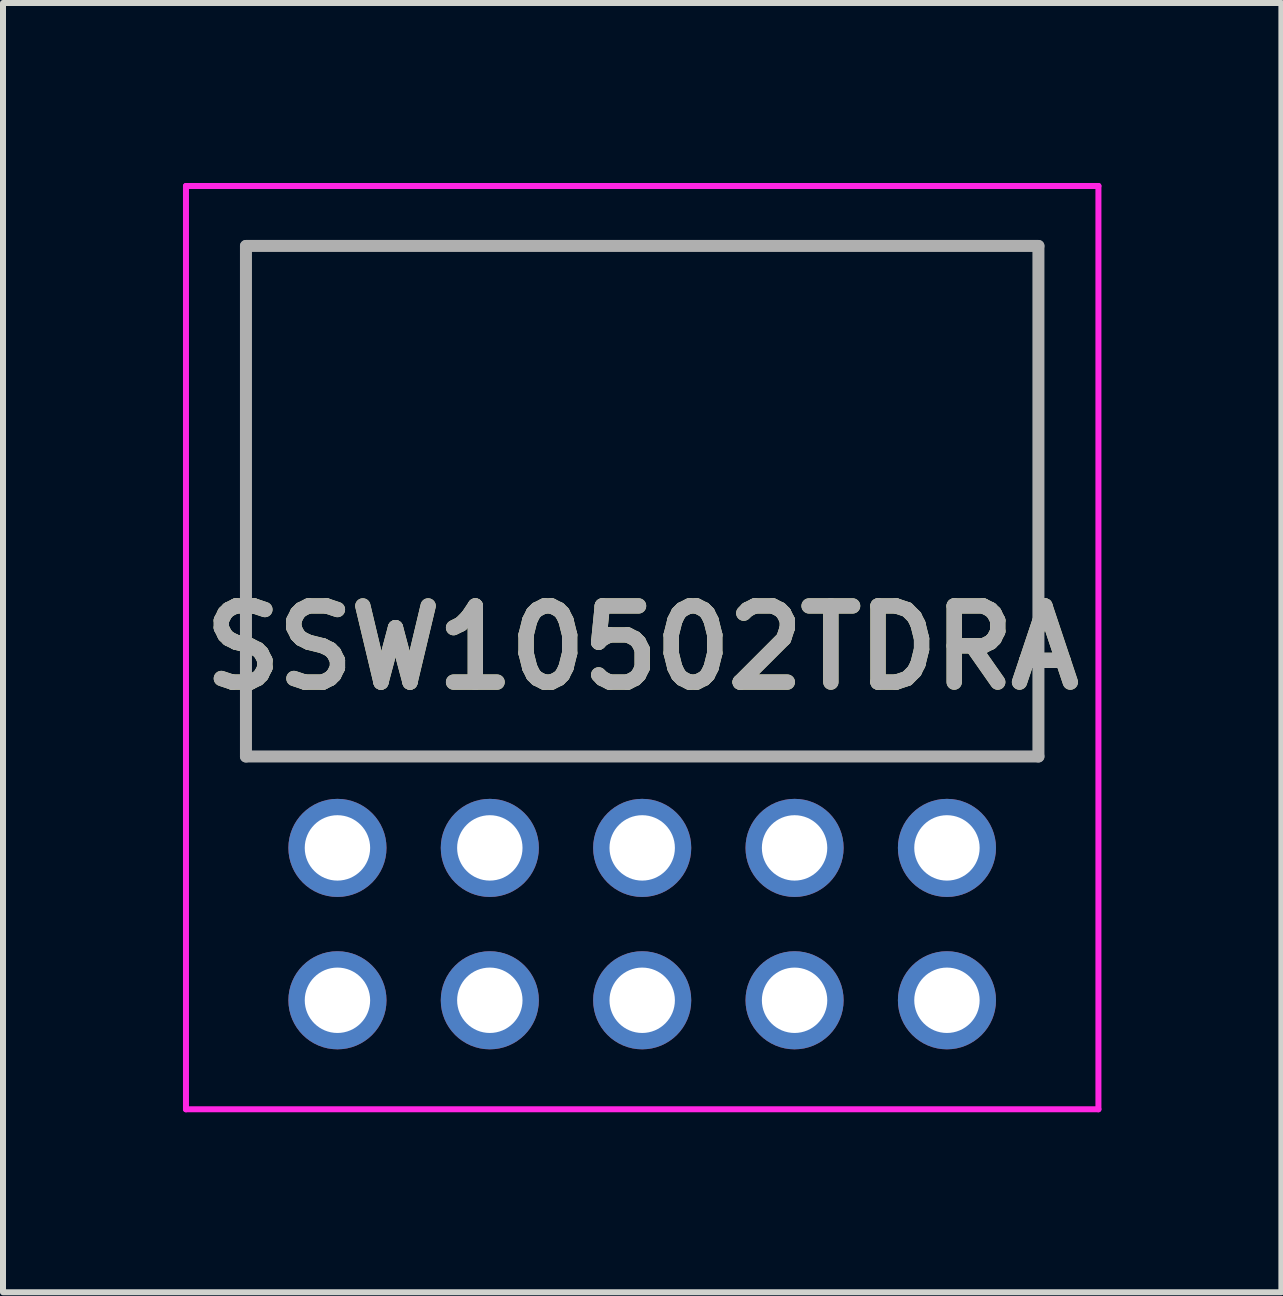
<source format=kicad_pcb>
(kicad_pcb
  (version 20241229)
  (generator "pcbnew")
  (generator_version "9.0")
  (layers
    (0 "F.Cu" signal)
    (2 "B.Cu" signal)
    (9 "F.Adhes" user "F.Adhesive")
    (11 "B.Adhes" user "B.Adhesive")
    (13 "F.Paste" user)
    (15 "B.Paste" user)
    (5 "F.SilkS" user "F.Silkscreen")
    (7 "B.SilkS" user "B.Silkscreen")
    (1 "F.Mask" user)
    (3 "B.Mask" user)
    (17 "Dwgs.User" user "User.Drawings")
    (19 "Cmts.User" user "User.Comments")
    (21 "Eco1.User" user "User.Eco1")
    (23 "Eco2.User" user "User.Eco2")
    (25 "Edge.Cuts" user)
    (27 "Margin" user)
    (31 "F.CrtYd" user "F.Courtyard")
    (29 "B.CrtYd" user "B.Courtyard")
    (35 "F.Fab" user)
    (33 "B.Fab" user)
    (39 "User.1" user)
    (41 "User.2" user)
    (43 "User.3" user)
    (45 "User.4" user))
  (footprint "SSW10502TDRA"
    (layer "F.Cu")
    (at 12.735 13.624)
    (property "Reference" "SSW10502TDRA" (at -5.08 -5.878 0) (layer "F.SilkS") (effects (font (size 1.27 1.27) (thickness 0.254))))
    (attr through_hole)
    (fp_line (start -11.685 -12.574) (end 1.525 -12.574) (stroke (width 0.1) (type solid)) (layer "F.SilkS"))
    (fp_line (start -11.685 -4.064) (end -11.685 -12.574) (stroke (width 0.1) (type solid)) (layer "F.SilkS"))
    (fp_line (start 1.525 -12.574) (end 1.525 -4.064) (stroke (width 0.1) (type solid)) (layer "F.SilkS"))
    (fp_line (start 1.525 -4.064) (end -11.685 -4.064) (stroke (width 0.1) (type solid)) (layer "F.SilkS"))
    (fp_line (start -12.685 -13.574) (end 2.525 -13.574) (stroke (width 0.1) (type solid)) (layer "F.CrtYd"))
    (fp_line (start -12.685 1.817) (end -12.685 -13.574) (stroke (width 0.1) (type solid)) (layer "F.CrtYd"))
    (fp_line (start 2.525 -13.574) (end 2.525 1.817) (stroke (width 0.1) (type solid)) (layer "F.CrtYd"))
    (fp_line (start 2.525 1.817) (end -12.685 1.817) (stroke (width 0.1) (type solid)) (layer "F.CrtYd"))
    (fp_line (start -11.685 -12.574) (end 1.525 -12.574) (stroke (width 0.2) (type solid)) (layer "F.Fab"))
    (fp_line (start -11.685 -4.064) (end -11.685 -12.574) (stroke (width 0.2) (type solid)) (layer "F.Fab"))
    (fp_line (start 1.525 -12.574) (end 1.525 -4.064) (stroke (width 0.2) (type solid)) (layer "F.Fab"))
    (fp_line (start 1.525 -4.064) (end -11.685 -4.064) (stroke (width 0.2) (type solid)) (layer "F.Fab"))
    (fp_text user "${REFERENCE}" (at -5.08 -5.878 0) (layer "F.Fab") (effects (font (size 1.27 1.27) (thickness 0.254))))
    (pad "1" thru_hole circle (at 0 0) (size 1.635 1.635) (drill 1.09) (layers "*.Cu" "*.Mask"))
    (pad "2" thru_hole circle (at 0 -2.54) (size 1.635 1.635) (drill 1.09) (layers "*.Cu" "*.Mask"))
    (pad "3" thru_hole circle (at -2.54 0) (size 1.635 1.635) (drill 1.09) (layers "*.Cu" "*.Mask"))
    (pad "4" thru_hole circle (at -2.54 -2.54) (size 1.635 1.635) (drill 1.09) (layers "*.Cu" "*.Mask"))
    (pad "5" thru_hole circle (at -5.08 0) (size 1.635 1.635) (drill 1.09) (layers "*.Cu" "*.Mask"))
    (pad "6" thru_hole circle (at -5.08 -2.54) (size 1.635 1.635) (drill 1.09) (layers "*.Cu" "*.Mask"))
    (pad "7" thru_hole circle (at -7.62 0) (size 1.635 1.635) (drill 1.09) (layers "*.Cu" "*.Mask"))
    (pad "8" thru_hole circle (at -7.62 -2.54) (size 1.635 1.635) (drill 1.09) (layers "*.Cu" "*.Mask"))
    (pad "9" thru_hole circle (at -10.16 0) (size 1.635 1.635) (drill 1.09) (layers "*.Cu" "*.Mask"))
    (pad "10" thru_hole circle (at -10.16 -2.54) (size 1.635 1.635) (drill 1.09) (layers "*.Cu" "*.Mask")))
  (gr_rect
    (start -3 -3)
    (end 18.31 18.491)
    (stroke (width 0.1) (type default))
    (fill no)
    (layer "Edge.Cuts")))
</source>
